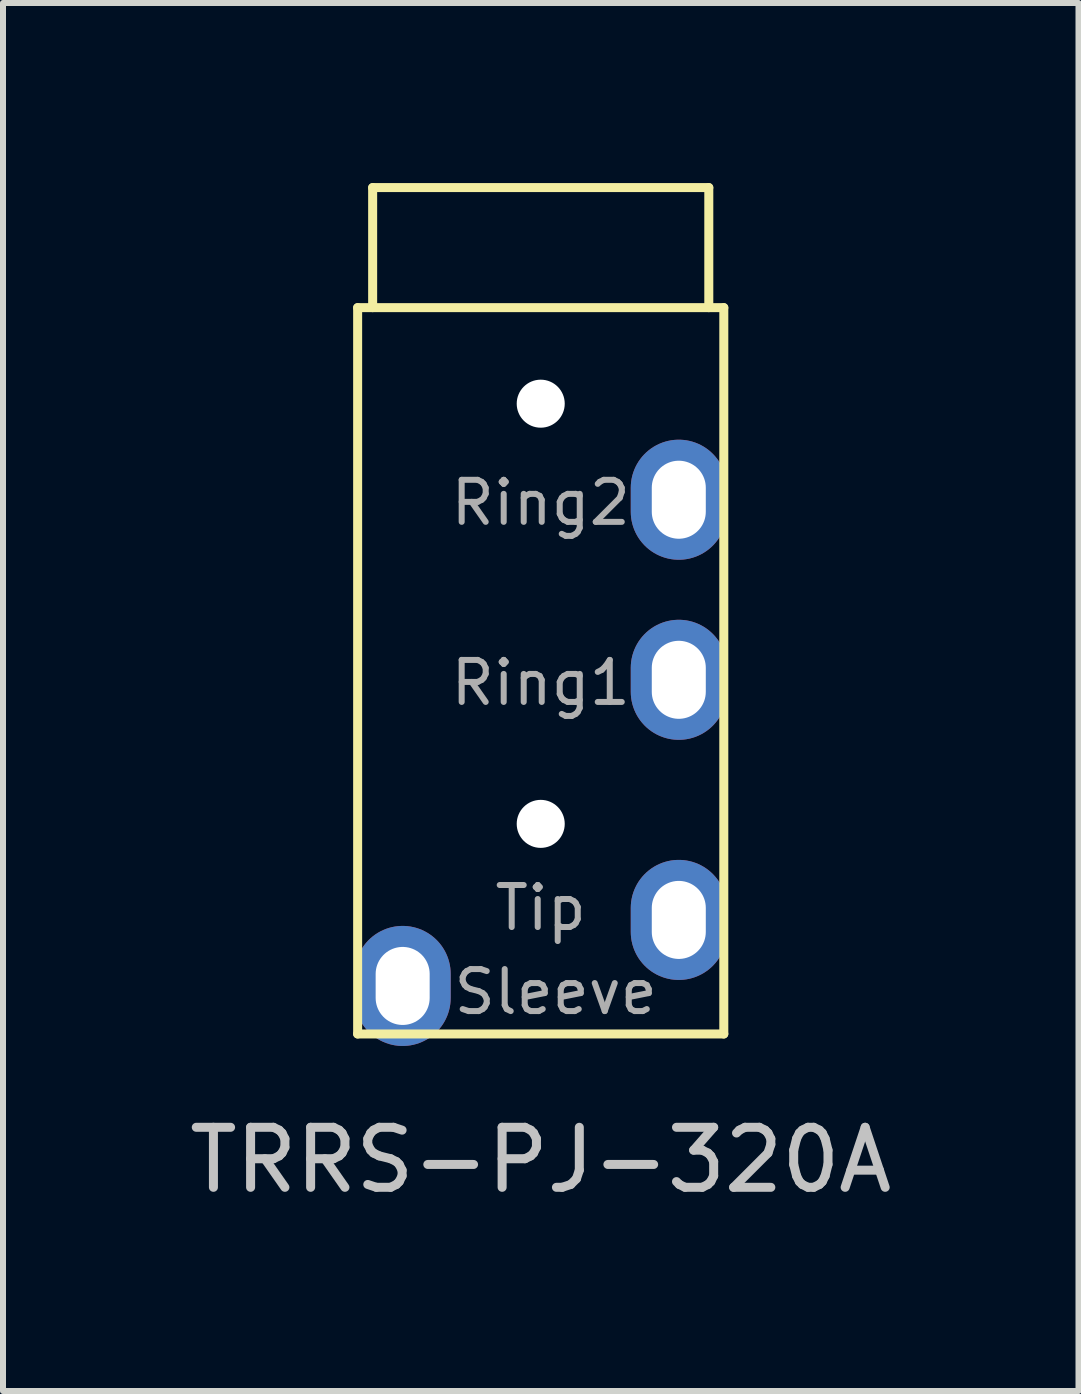
<source format=kicad_pcb>
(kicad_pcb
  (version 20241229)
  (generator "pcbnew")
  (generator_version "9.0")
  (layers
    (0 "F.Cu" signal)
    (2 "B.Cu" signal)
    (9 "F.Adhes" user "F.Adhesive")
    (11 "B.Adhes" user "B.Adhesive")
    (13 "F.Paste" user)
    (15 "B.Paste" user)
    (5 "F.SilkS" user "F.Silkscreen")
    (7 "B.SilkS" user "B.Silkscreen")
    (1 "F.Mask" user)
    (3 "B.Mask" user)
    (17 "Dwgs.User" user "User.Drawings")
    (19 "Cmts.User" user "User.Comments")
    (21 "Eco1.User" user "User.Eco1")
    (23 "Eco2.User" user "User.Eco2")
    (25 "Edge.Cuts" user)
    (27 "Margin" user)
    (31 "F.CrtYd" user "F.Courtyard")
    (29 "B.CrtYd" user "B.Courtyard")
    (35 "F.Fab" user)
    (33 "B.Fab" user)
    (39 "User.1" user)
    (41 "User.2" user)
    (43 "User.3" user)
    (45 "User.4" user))
  (footprint "TRRS-PJ-320A"
    (layer "F.Cu")
    (at 5.958 2.075)
    (property "Reference" "TRRS-PJ-320A" (at 0 14.2 0) (layer "Dwgs.User") (effects (font (size 1 1) (thickness 0.15))))
    (attr through_hole)
    (fp_line (start -3.05 0) (end -3.05 12.1) (stroke (width 0.15) (type solid)) (layer "F.SilkS"))
    (fp_line (start -2.8 0) (end -2.8 -2) (stroke (width 0.15) (type solid)) (layer "F.SilkS"))
    (fp_line (start 2.8 -2) (end -2.8 -2) (stroke (width 0.15) (type solid)) (layer "F.SilkS"))
    (fp_line (start 2.8 0) (end 2.8 -2) (stroke (width 0.15) (type solid)) (layer "F.SilkS"))
    (fp_line (start 3.05 0) (end -3.05 0) (stroke (width 0.15) (type solid)) (layer "F.SilkS"))
    (fp_line (start 3.05 0) (end 3.05 12.1) (stroke (width 0.15) (type solid)) (layer "F.SilkS"))
    (fp_line (start 3.05 12.1) (end -3.05 12.1) (stroke (width 0.15) (type solid)) (layer "F.SilkS"))
    (fp_text user "Sleeve" (at 0.25 11.4 0) (layer "F.Fab") (effects (font (size 0.7 0.7) (thickness 0.1))))
    (fp_text user "Ring1" (at 0 6.25 0) (layer "F.Fab") (effects (font (size 0.7 0.7) (thickness 0.1))))
    (fp_text user "Tip" (at 0 10 0) (layer "F.Fab") (effects (font (size 0.7 0.7) (thickness 0.1))))
    (fp_text user "Ring2" (at 0 3.25 0) (layer "F.Fab") (effects (font (size 0.7 0.7) (thickness 0.1))))
    (pad "" np_thru_hole circle (at 0 1.6) (size 0.8 0.8) (drill 0.8) (layers "*.Cu" "*.Mask"))
    (pad "" np_thru_hole circle (at 0 8.6) (size 0.8 0.8) (drill 0.8) (layers "*.Cu" "*.Mask"))
    (pad "R1" thru_hole oval (at 2.3 6.2) (size 1.6 2) (drill oval 0.9 1.3) (layers "*.Cu" "*.Mask"))
    (pad "R2" thru_hole oval (at 2.3 3.2) (size 1.6 2) (drill oval 0.9 1.3) (layers "*.Cu" "*.Mask"))
    (pad "S" thru_hole oval (at -2.3 11.3) (size 1.6 2) (drill oval 0.9 1.3) (layers "*.Cu" "*.Mask"))
    (pad "T" thru_hole oval (at 2.3 10.2) (size 1.6 2) (drill oval 0.9 1.3) (layers "*.Cu" "*.Mask")))
  (gr_rect
    (start -3 -3)
    (end 14.917 20.123)
    (stroke (width 0.1) (type default))
    (fill no)
    (layer "Edge.Cuts")))
</source>
